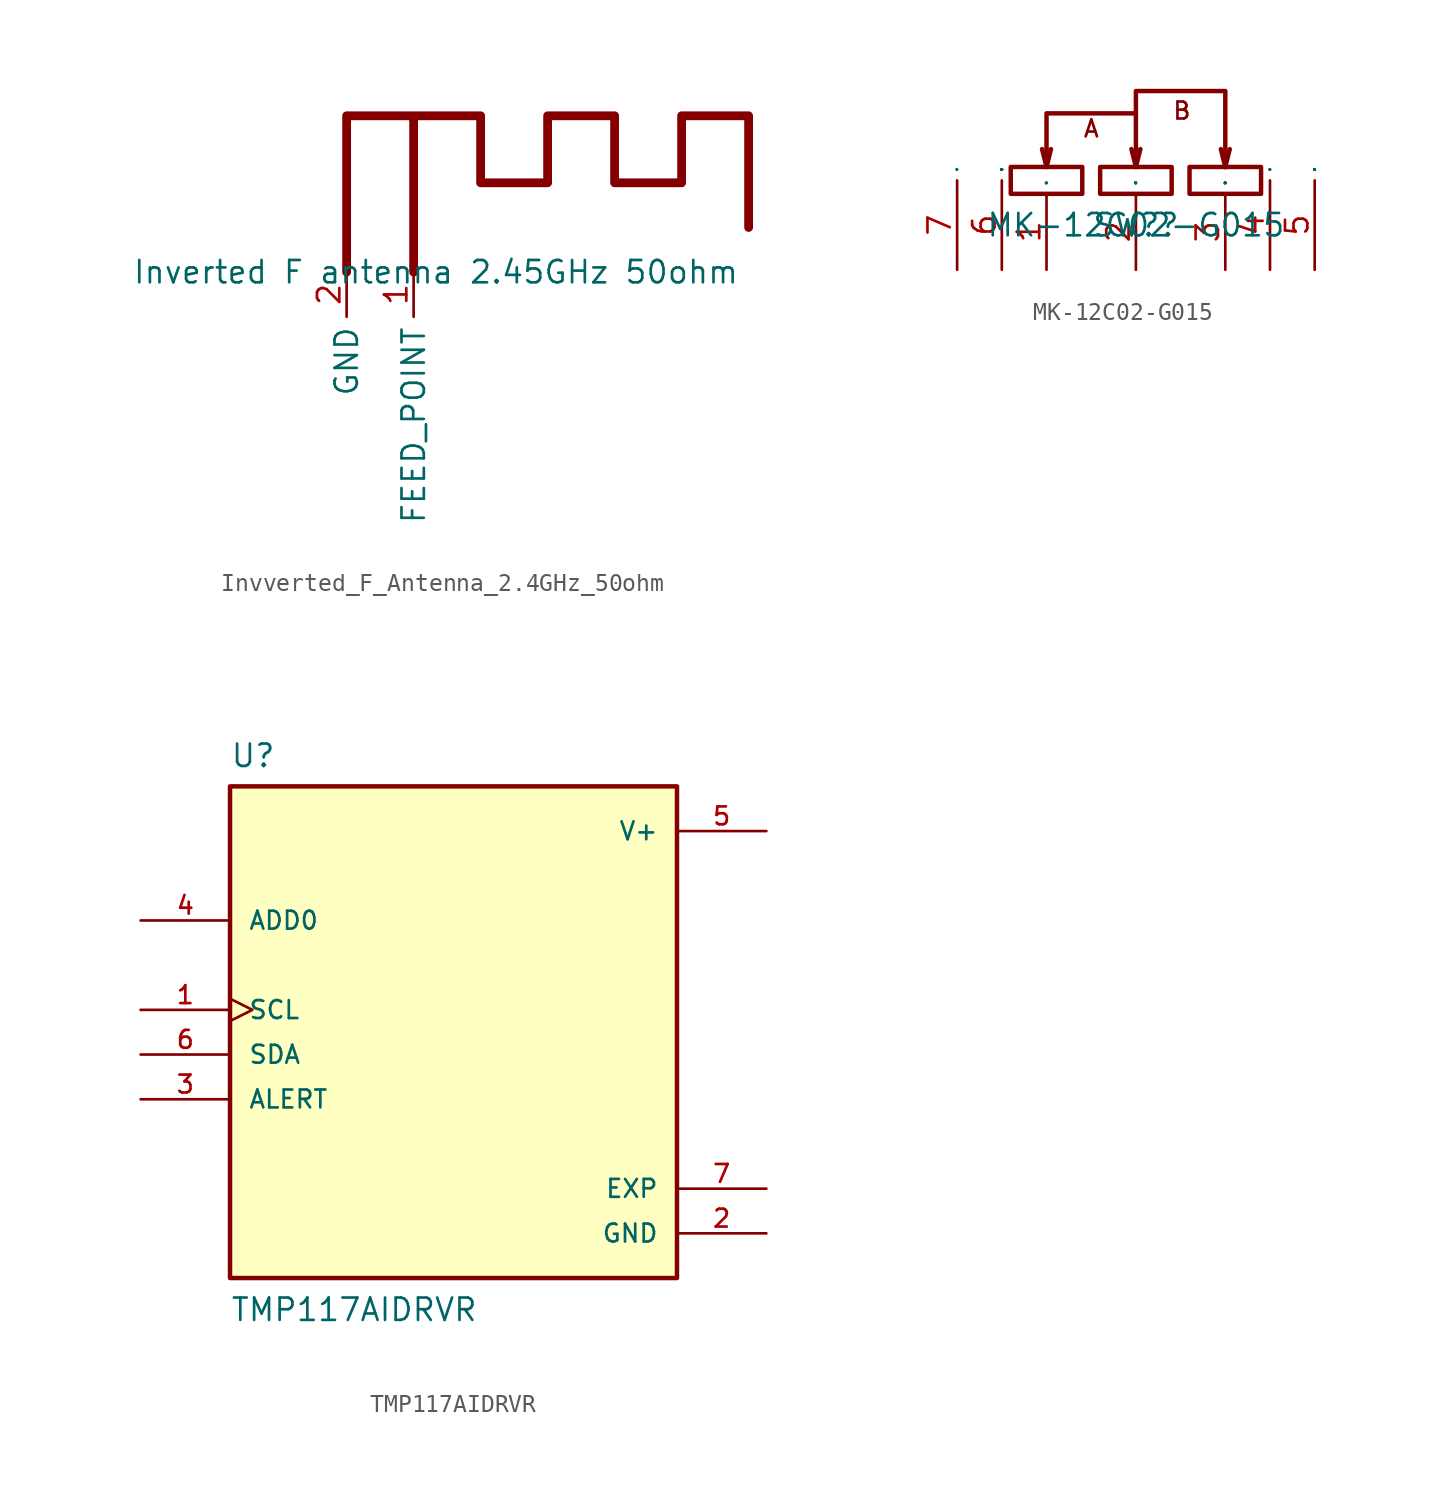
<source format=kicad_sym>
(kicad_symbol_lib
  (version 20241209)
  (generator "kicad_symbol_editor")
  (generator_version "9.0")
  (symbol "Invverted_F_Antenna_2.4GHz_50ohm"
    (property "Reference" "ANT"
      (at 142.24 109.728 0)
      (effects (font (size 1.27 1.27)) (hide yes)))
    (property "Value" "Inverted F antenna 2.45GHz 50ohm"
      (at 0 0 0)
      (effects (font (size 1.27 1.27))))
    (symbol "Invverted_F_Antenna_2.4GHz_50ohm_0_1"
      (polyline (pts (xy -5.08 0) (xy -5.08 8.89) (xy -1.27 8.89) (xy -1.27 0) (xy -1.27 8.89) (xy 2.54 8.89) (xy 2.54 5.08) (xy 6.35 5.08) (xy 6.35 8.89) (xy 10.16 8.89) (xy 10.16 5.08) (xy 13.97 5.08) (xy 13.97 8.89) (xy 17.78 8.89) (xy 17.78 2.54)) (stroke (width 0.5) (type default)) (fill (type none))))
    (symbol "Invverted_F_Antenna_2.4GHz_50ohm_1_1"
      (pin input line (at -5.08 0 270) (length 2.54) (name "GND" (effects (font (size 1.27 1.27)))) (number "2" (effects (font (size 1.27 1.27)))))
      (pin input line (at -1.27 0 270) (length 2.54) (name "FEED_POINT" (effects (font (size 1.27 1.27)))) (number "1" (effects (font (size 1.27 1.27)))))))
  (symbol "MK-12C02-G015"
    (property "Reference" "SW?"
      (at 0 0 0)
      (effects (font (size 1.27 1.27))))
    (property "Value" "MK-12C02-G015"
      (at 0 0 0)
      (effects (font (size 1.27 1.27))))
    (symbol "MK-12C02-G015_0_0"
      (rectangle (start -7.112 3.302) (end -3.048 1.778) (stroke (width 0.254) (type solid)) (fill (type none)))
      (polyline (pts (xy -5.08 3.302) (xy -5.334 4.318)) (stroke (width 0.254) (type solid)) (fill (type none)))
      (rectangle (start -2.032 3.302) (end 2.032 1.778) (stroke (width 0.254) (type solid)) (fill (type none)))
      (polyline (pts (xy 0 6.35) (xy -5.08 6.35) (xy -5.08 3.302) (xy -4.826 4.318)) (stroke (width 0.254) (type solid)) (fill (type none)))
      (polyline (pts (xy 0 3.302) (xy -0.254 4.318)) (stroke (width 0.254) (type solid)) (fill (type none)))
      (rectangle (start 3.048 3.302) (end 7.112 1.778) (stroke (width 0.254) (type solid)) (fill (type none)))
      (polyline (pts (xy 5.08 3.302) (xy 4.826 4.318)) (stroke (width 0.254) (type solid)) (fill (type none)))
      (polyline (pts (xy 5.08 3.302) (xy 5.334 4.318)) (stroke (width 0.254) (type solid)) (fill (type none)))
      (polyline (pts (xy 5.08 3.302) (xy 5.08 7.62) (xy 0 7.62) (xy 0 3.302) (xy 0.254 4.318)) (stroke (width 0.254) (type solid)) (fill (type none)))
      (text "A" (at -3.048 6.045 0) (effects (font (face "KiCad Font") (size 0.965 0.965)) (justify left top)))
      (text "B" (at 2.032 7.061 0) (effects (font (face "KiCad Font") (size 0.965 0.965)) (justify left top)))
      (pin unspecified line (at -10.16 -2.54 90) (length 5.08) (name "7" (effects (font (size 0.025 0.025)))) (number "7" (effects (font (size 1.27 1.27)))))
      (pin unspecified line (at -7.62 -2.54 90) (length 5.08) (name "6" (effects (font (size 0.025 0.025)))) (number "6" (effects (font (size 1.27 1.27)))))
      (pin unspecified line (at -5.08 -2.54 90) (length 4.318) (name "1" (effects (font (size 0.025 0.025)))) (number "1" (effects (font (size 1.27 1.27)))))
      (pin unspecified line (at 0 -2.54 90) (length 4.318) (name "2" (effects (font (size 0.025 0.025)))) (number "2" (effects (font (size 1.27 1.27)))))
      (pin unspecified line (at 5.08 -2.54 90) (length 4.318) (name "3" (effects (font (size 0.025 0.025)))) (number "3" (effects (font (size 1.27 1.27)))))
      (pin unspecified line (at 7.62 -2.54 90) (length 5.08) (name "4" (effects (font (size 0.025 0.025)))) (number "4" (effects (font (size 1.27 1.27)))))
      (pin unspecified line (at 10.16 -2.54 90) (length 5.08) (name "5" (effects (font (size 0.025 0.025)))) (number "5" (effects (font (size 1.27 1.27)))))))
  (symbol "TMP117AIDRVR"
    (pin_names
      (offset 1.016))
    (property "Reference" "U"
      (at -12.7 13.7 0)
      (effects (font (size 1.27 1.27)) (justify left bottom)))
    (property "Value" "TMP117AIDRVR"
      (at -12.7 -17.78 0)
      (effects (font (size 1.27 1.27)) (justify left bottom)))
    (symbol "TMP117AIDRVR_0_0"
      (rectangle (start -12.7 -15.24) (end 12.7 12.7) (stroke (width 0.254) (type default)) (fill (type background)))
      (pin input line (at -17.78 5.08 0) (length 5.08) (name "ADD0" (effects (font (size 1.016 1.016)))) (number "4" (effects (font (size 1.016 1.016)))))
      (pin input clock (at -17.78 0 0) (length 5.08) (name "SCL" (effects (font (size 1.016 1.016)))) (number "1" (effects (font (size 1.016 1.016)))))
      (pin bidirectional line (at -17.78 -2.54 0) (length 5.08) (name "SDA" (effects (font (size 1.016 1.016)))) (number "6" (effects (font (size 1.016 1.016)))))
      (pin output line (at -17.78 -5.08 0) (length 5.08) (name "ALERT" (effects (font (size 1.016 1.016)))) (number "3" (effects (font (size 1.016 1.016)))))
      (pin power_in line (at 17.78 10.16 180) (length 5.08) (name "V+" (effects (font (size 1.016 1.016)))) (number "5" (effects (font (size 1.016 1.016)))))
      (pin power_in line (at 17.78 -10.16 180) (length 5.08) (name "EXP" (effects (font (size 1.016 1.016)))) (number "7" (effects (font (size 1.016 1.016)))))
      (pin power_in line (at 17.78 -12.7 180) (length 5.08) (name "GND" (effects (font (size 1.016 1.016)))) (number "2" (effects (font (size 1.016 1.016))))))))
</source>
